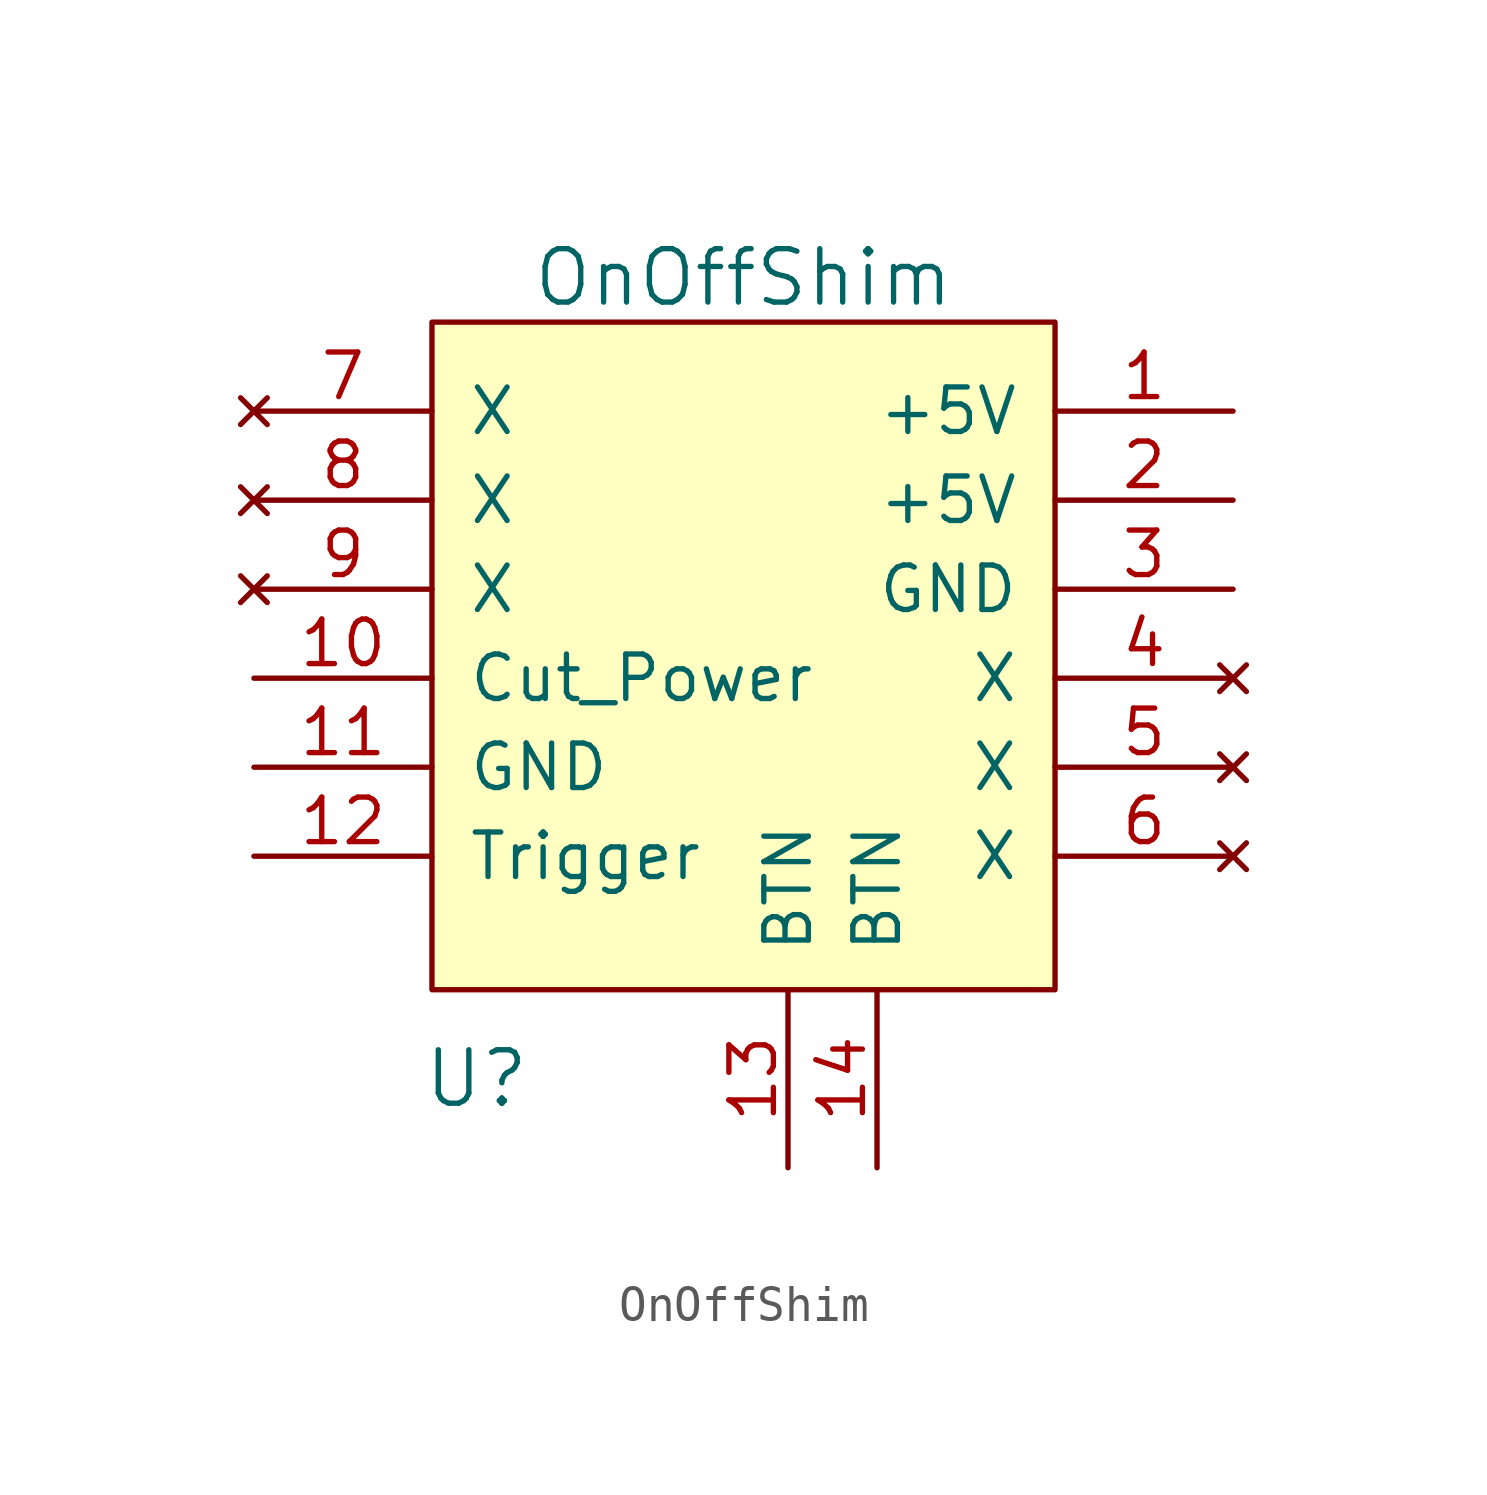
<source format=kicad_sym>
(kicad_symbol_lib
  (version 20231120)
  (generator "kicad_symbol_editor")
  (generator_version "8.0")
  (symbol "OnOffShim"
    (pin_names
      (offset 1.016))
    (property "Reference" "U"
      (at -7.62 -12.7 0)
      (effects (font (size 1.524 1.524))))
    (property "Value" "OnOffShim"
      (at 0 10.16 0)
      (effects (font (size 1.524 1.524))))
    (symbol "OnOffShim_0_1"
      (rectangle (start -8.89 8.89) (end 8.89 -10.16) (stroke (width 0) (type solid)) (fill (type background))))
    (symbol "OnOffShim_1_1"
      (pin power_out line (at 13.97 6.35 180) (length 5.08) (name "+5V" (effects (font (size 1.27 1.27)))) (number "1" (effects (font (size 1.27 1.27)))))
      (pin input line (at -13.97 -1.27 0) (length 5.08) (name "Cut_Power" (effects (font (size 1.27 1.27)))) (number "10" (effects (font (size 1.27 1.27)))))
      (pin power_in line (at -13.97 -3.81 0) (length 5.08) (name "GND" (effects (font (size 1.27 1.27)))) (number "11" (effects (font (size 1.27 1.27)))))
      (pin output line (at -13.97 -6.35 0) (length 5.08) (name "Trigger" (effects (font (size 1.27 1.27)))) (number "12" (effects (font (size 1.27 1.27)))))
      (pin input line (at 1.27 -15.24 90) (length 5.08) (name "BTN" (effects (font (size 1.27 1.27)))) (number "13" (effects (font (size 1.27 1.27)))))
      (pin input line (at 3.81 -15.24 90) (length 5.08) (name "BTN" (effects (font (size 1.27 1.27)))) (number "14" (effects (font (size 1.27 1.27)))))
      (pin power_in line (at 13.97 3.81 180) (length 5.08) (name "+5V" (effects (font (size 1.27 1.27)))) (number "2" (effects (font (size 1.27 1.27)))))
      (pin power_out line (at 13.97 1.27 180) (length 5.08) (name "GND" (effects (font (size 1.27 1.27)))) (number "3" (effects (font (size 1.27 1.27)))))
      (pin no_connect line (at 13.97 -1.27 180) (length 5.08) (name "X" (effects (font (size 1.27 1.27)))) (number "4" (effects (font (size 1.27 1.27)))))
      (pin no_connect line (at 13.97 -3.81 180) (length 5.08) (name "X" (effects (font (size 1.27 1.27)))) (number "5" (effects (font (size 1.27 1.27)))))
      (pin no_connect line (at 13.97 -6.35 180) (length 5.08) (name "X" (effects (font (size 1.27 1.27)))) (number "6" (effects (font (size 1.27 1.27)))))
      (pin no_connect line (at -13.97 6.35 0) (length 5.08) (name "X" (effects (font (size 1.27 1.27)))) (number "7" (effects (font (size 1.27 1.27)))))
      (pin no_connect line (at -13.97 3.81 0) (length 5.08) (name "X" (effects (font (size 1.27 1.27)))) (number "8" (effects (font (size 1.27 1.27)))))
      (pin no_connect line (at -13.97 1.27 0) (length 5.08) (name "X" (effects (font (size 1.27 1.27)))) (number "9" (effects (font (size 1.27 1.27))))))))
</source>
